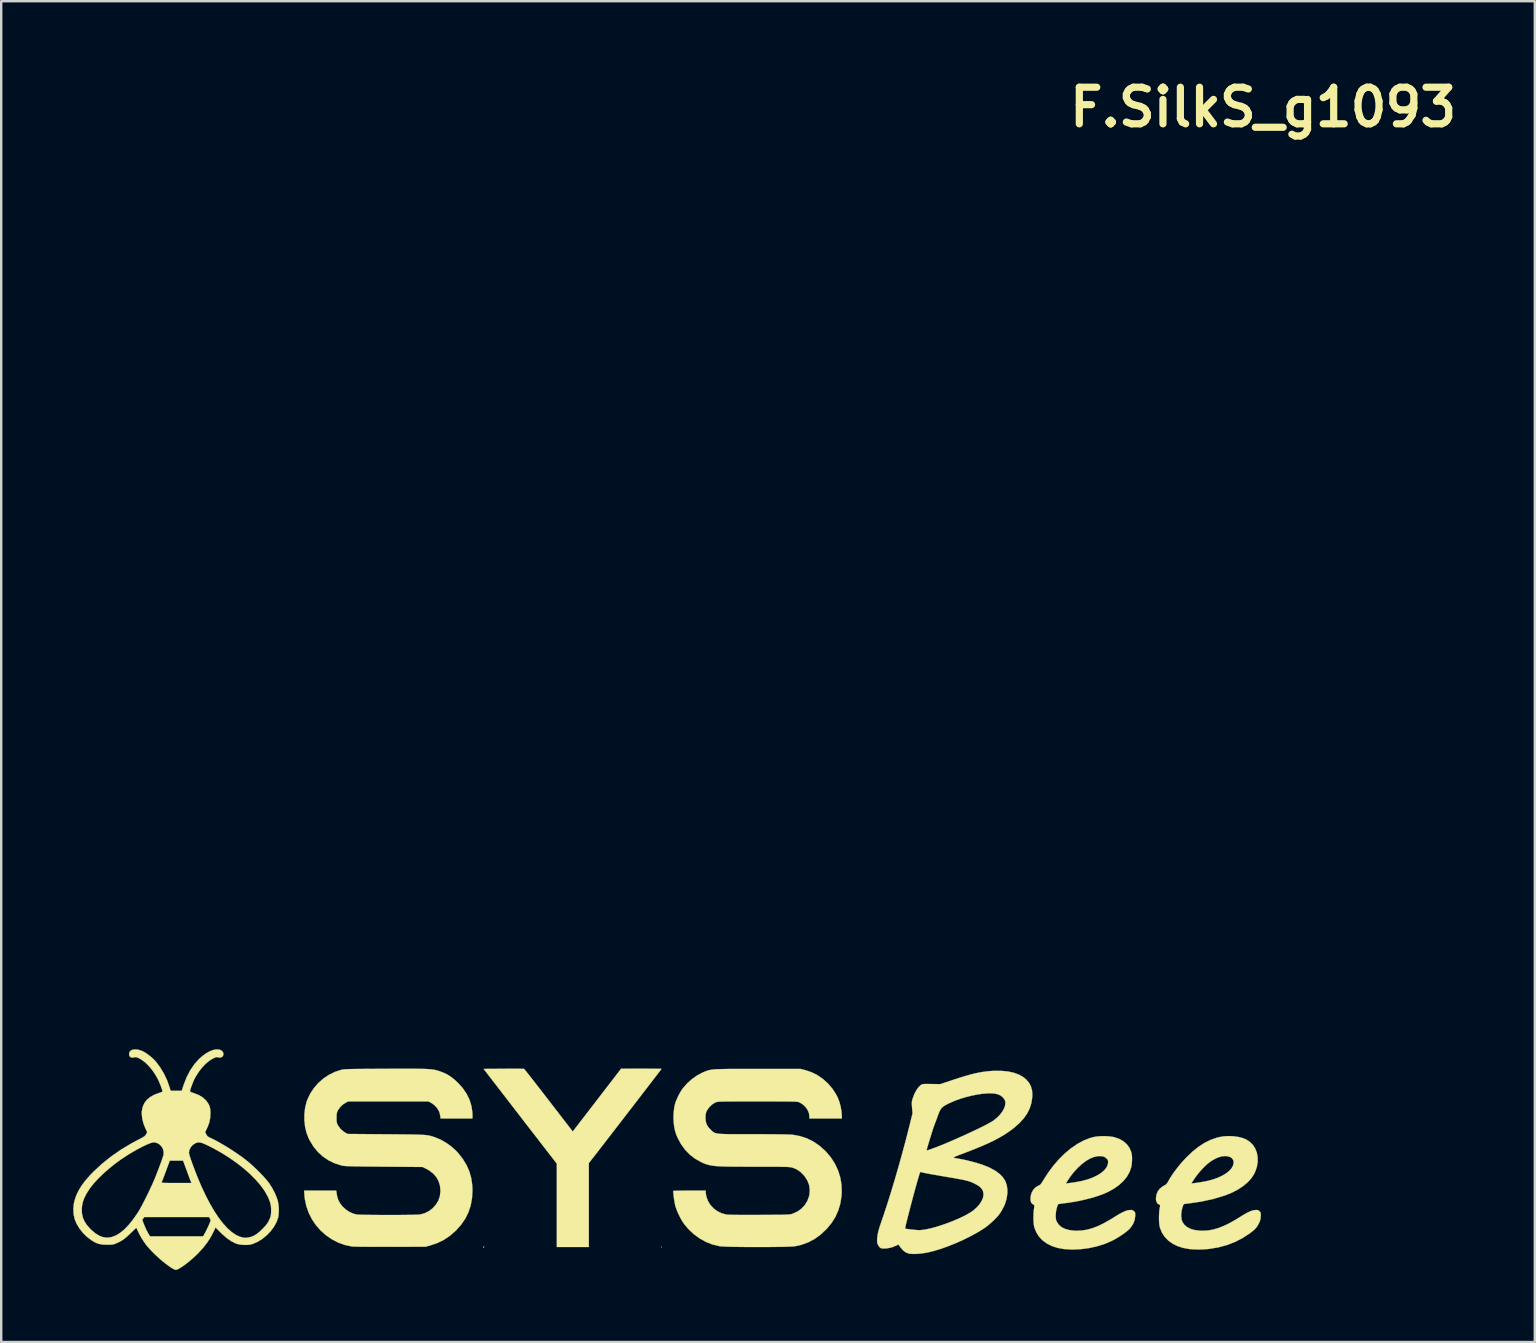
<source format=kicad_pcb>
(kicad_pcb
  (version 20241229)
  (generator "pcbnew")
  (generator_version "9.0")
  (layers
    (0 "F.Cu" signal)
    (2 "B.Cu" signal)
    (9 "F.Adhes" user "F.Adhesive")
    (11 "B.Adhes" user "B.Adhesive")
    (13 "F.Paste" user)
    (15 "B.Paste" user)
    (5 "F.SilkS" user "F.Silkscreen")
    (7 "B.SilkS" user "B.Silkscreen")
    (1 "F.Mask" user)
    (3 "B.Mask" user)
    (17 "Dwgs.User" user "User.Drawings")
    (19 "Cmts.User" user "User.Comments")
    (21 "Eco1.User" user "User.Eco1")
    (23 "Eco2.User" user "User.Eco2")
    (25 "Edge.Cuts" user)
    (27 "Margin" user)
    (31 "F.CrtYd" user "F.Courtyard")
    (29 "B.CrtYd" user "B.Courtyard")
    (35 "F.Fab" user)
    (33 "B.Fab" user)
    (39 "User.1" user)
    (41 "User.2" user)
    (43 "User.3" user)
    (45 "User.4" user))
  (footprint "F.SilkS_g1093"
    (layer "F.Cu")
    (at 49.566 1.418)
    (property "Reference" "F.SilkS_g1093" (at 0 0 0) (layer "F.SilkS") (effects (font (size 1.524 1.524) (thickness 0.3))))
    (attr through_hole)
    (fp_poly (pts (xy -25.068 47.463) (xy -25.066 47.488) (xy -25.068 47.491) (xy -25.081 47.488) (xy -25.082 47.477) (xy -25.075 47.459) (xy -25.068 47.463)) (stroke (width 0.01) (type solid)) (fill yes) (layer "F.SilkS"))
    (fp_poly (pts (xy -32.449 47.472) (xy -32.449 47.477) (xy -32.465 47.497) (xy -32.47 47.498) (xy -32.49 47.482) (xy -32.491 47.477) (xy -32.475 47.456) (xy -32.47 47.456) (xy -32.449 47.472)) (stroke (width 0.01) (type solid)) (fill yes) (layer "F.SilkS"))
    (fp_poly (pts (xy -25.719 40.048) (xy -25.548 40.049) (xy -25.397 40.05) (xy -25.268 40.051) (xy -25.166 40.053) (xy -25.097 40.054) (xy -25.064 40.056) (xy -25.061 40.057) (xy -25.074 40.075) (xy -25.11 40.123) (xy -25.169 40.2) (xy -25.247 40.302) (xy -25.344 40.428) (xy -25.456 40.574) (xy -25.583 40.739) (xy -25.721 40.919) (xy -25.87 41.112) (xy -26.026 41.316) (xy -26.189 41.527) (xy -26.356 41.744) (xy -26.525 41.963) (xy -26.695 42.183) (xy -26.862 42.4) (xy -27.026 42.612) (xy -27.184 42.817) (xy -27.334 43.011) (xy -27.475 43.193) (xy -27.604 43.36) (xy -27.719 43.509) (xy -27.819 43.638) (xy -27.901 43.743) (xy -27.964 43.823) (xy -28.005 43.876) (xy -28.017 43.891) (xy -28.088 43.978) (xy -28.088 47.477) (xy -29.422 47.477) (xy -29.422 44.004) (xy -29.631 43.735) (xy -29.674 43.68) (xy -29.74 43.594) (xy -29.828 43.481) (xy -29.936 43.341) (xy -30.061 43.18) (xy -30.201 42.998) (xy -30.355 42.799) (xy -30.52 42.586) (xy -30.694 42.361) (xy -30.875 42.126) (xy -31.06 41.886) (xy -31.156 41.762) (xy -32.471 40.058) (xy -31.64 40.052) (xy -31.456 40.051) (xy -31.285 40.051) (xy -31.131 40.051) (xy -31.001 40.051) (xy -30.897 40.052) (xy -30.825 40.053) (xy -30.789 40.055) (xy -30.786 40.055) (xy -30.77 40.073) (xy -30.73 40.122) (xy -30.669 40.199) (xy -30.587 40.302) (xy -30.488 40.428) (xy -30.373 40.575) (xy -30.245 40.74) (xy -30.105 40.921) (xy -29.955 41.114) (xy -29.797 41.318) (xy -29.761 41.365) (xy -28.758 42.666) (xy -27.751 41.358) (xy -26.744 40.049) (xy -25.903 40.048) (xy -25.719 40.048)) (stroke (width 0.01) (type solid)) (fill yes) (layer "F.SilkS"))
    (fp_poly (pts (xy -1.227 42.864) (xy -1.024 42.893) (xy -0.84 42.941) (xy -0.706 42.996) (xy -0.551 43.098) (xy -0.424 43.226) (xy -0.328 43.378) (xy -0.262 43.549) (xy -0.228 43.734) (xy -0.227 43.929) (xy -0.259 44.13) (xy -0.327 44.332) (xy -0.376 44.437) (xy -0.49 44.612) (xy -0.643 44.78) (xy -0.83 44.937) (xy -1.048 45.081) (xy -1.293 45.209) (xy -1.563 45.319) (xy -1.583 45.326) (xy -2.068 45.473) (xy -2.575 45.584) (xy -2.995 45.646) (xy -3.103 45.66) (xy -3.195 45.672) (xy -3.265 45.683) (xy -3.302 45.69) (xy -3.307 45.691) (xy -3.32 45.715) (xy -3.341 45.768) (xy -3.365 45.839) (xy -3.366 45.843) (xy -3.4 45.989) (xy -3.413 46.138) (xy -3.405 46.278) (xy -3.377 46.396) (xy -3.366 46.424) (xy -3.285 46.546) (xy -3.17 46.646) (xy -3.022 46.721) (xy -2.841 46.771) (xy -2.63 46.796) (xy -2.517 46.8) (xy -2.303 46.788) (xy -2.087 46.751) (xy -1.866 46.687) (xy -1.633 46.596) (xy -1.385 46.474) (xy -1.118 46.322) (xy -1.001 46.249) (xy -0.838 46.148) (xy -0.703 46.07) (xy -0.59 46.013) (xy -0.495 45.973) (xy -0.412 45.949) (xy -0.34 45.937) (xy -0.268 45.933) (xy -0.22 45.94) (xy -0.18 45.962) (xy -0.158 45.98) (xy -0.125 46.011) (xy -0.107 46.042) (xy -0.099 46.085) (xy -0.098 46.154) (xy -0.099 46.185) (xy -0.105 46.278) (xy -0.121 46.355) (xy -0.152 46.438) (xy -0.176 46.489) (xy -0.229 46.587) (xy -0.285 46.67) (xy -0.355 46.745) (xy -0.446 46.823) (xy -0.537 46.893) (xy -0.848 47.098) (xy -1.171 47.265) (xy -1.509 47.396) (xy -1.867 47.492) (xy -2.249 47.555) (xy -2.29 47.56) (xy -2.466 47.574) (xy -2.66 47.579) (xy -2.853 47.576) (xy -3.028 47.565) (xy -3.072 47.561) (xy -3.332 47.514) (xy -3.567 47.438) (xy -3.775 47.335) (xy -3.954 47.205) (xy -4.102 47.051) (xy -4.217 46.874) (xy -4.297 46.676) (xy -4.307 46.64) (xy -4.323 46.546) (xy -4.334 46.424) (xy -4.338 46.284) (xy -4.336 46.139) (xy -4.328 46.002) (xy -4.314 45.885) (xy -4.31 45.864) (xy -4.296 45.789) (xy -4.292 45.746) (xy -4.299 45.724) (xy -4.318 45.714) (xy -4.333 45.71) (xy -4.388 45.676) (xy -4.433 45.612) (xy -4.46 45.527) (xy -4.466 45.465) (xy -4.447 45.305) (xy -4.391 45.163) (xy -4.3 45.042) (xy -4.179 44.947) (xy -4.136 44.925) (xy -4.056 44.878) (xy -4.009 44.832) (xy -2.989 44.832) (xy -2.907 44.821) (xy -2.852 44.814) (xy -2.768 44.802) (xy -2.668 44.787) (xy -2.6 44.777) (xy -2.344 44.73) (xy -2.106 44.668) (xy -1.891 44.592) (xy -1.701 44.504) (xy -1.539 44.407) (xy -1.408 44.301) (xy -1.31 44.188) (xy -1.249 44.071) (xy -1.228 43.95) (xy -1.228 43.948) (xy -1.246 43.854) (xy -1.297 43.78) (xy -1.377 43.726) (xy -1.479 43.695) (xy -1.599 43.687) (xy -1.732 43.702) (xy -1.873 43.744) (xy -1.951 43.777) (xy -2.042 43.825) (xy -2.135 43.879) (xy -2.21 43.928) (xy -2.212 43.929) (xy -2.353 44.044) (xy -2.501 44.188) (xy -2.649 44.351) (xy -2.787 44.525) (xy -2.908 44.699) (xy -2.941 44.752) (xy -2.989 44.832) (xy -4.009 44.832) (xy -4.004 44.828) (xy -3.976 44.782) (xy -3.868 44.592) (xy -3.732 44.388) (xy -3.574 44.176) (xy -3.4 43.965) (xy -3.216 43.764) (xy -3.197 43.744) (xy -2.947 43.506) (xy -2.7 43.307) (xy -2.452 43.145) (xy -2.2 43.019) (xy -1.941 42.927) (xy -1.841 42.9) (xy -1.647 42.867) (xy -1.438 42.855) (xy -1.227 42.864)) (stroke (width 0.01) (type solid)) (fill yes) (layer "F.SilkS"))
    (fp_poly (pts (xy -6.558 42.859) (xy -6.388 42.871) (xy -6.239 42.893) (xy -6.195 42.903) (xy -5.99 42.974) (xy -5.817 43.073) (xy -5.675 43.198) (xy -5.567 43.35) (xy -5.492 43.526) (xy -5.483 43.557) (xy -5.467 43.654) (xy -5.46 43.778) (xy -5.463 43.913) (xy -5.475 44.045) (xy -5.492 44.143) (xy -5.561 44.347) (xy -5.669 44.54) (xy -5.815 44.722) (xy -5.997 44.891) (xy -6.214 45.045) (xy -6.463 45.183) (xy -6.668 45.273) (xy -6.912 45.36) (xy -7.188 45.442) (xy -7.485 45.516) (xy -7.791 45.58) (xy -8.098 45.63) (xy -8.223 45.646) (xy -8.328 45.659) (xy -8.419 45.671) (xy -8.486 45.681) (xy -8.522 45.687) (xy -8.524 45.688) (xy -8.549 45.715) (xy -8.574 45.776) (xy -8.599 45.859) (xy -8.62 45.956) (xy -8.635 46.057) (xy -8.641 46.152) (xy -8.641 46.154) (xy -8.639 46.255) (xy -8.629 46.331) (xy -8.607 46.397) (xy -8.595 46.424) (xy -8.512 46.548) (xy -8.396 46.648) (xy -8.246 46.723) (xy -8.064 46.773) (xy -7.85 46.797) (xy -7.754 46.799) (xy -7.541 46.788) (xy -7.327 46.753) (xy -7.108 46.692) (xy -6.88 46.604) (xy -6.637 46.487) (xy -6.375 46.339) (xy -6.229 46.249) (xy -6.066 46.148) (xy -5.931 46.07) (xy -5.818 46.013) (xy -5.723 45.973) (xy -5.64 45.949) (xy -5.569 45.937) (xy -5.496 45.933) (xy -5.448 45.94) (xy -5.409 45.962) (xy -5.386 45.98) (xy -5.353 46.011) (xy -5.335 46.041) (xy -5.328 46.084) (xy -5.327 46.151) (xy -5.328 46.187) (xy -5.354 46.36) (xy -5.421 46.526) (xy -5.527 46.68) (xy -5.56 46.716) (xy -5.637 46.789) (xy -5.744 46.873) (xy -5.871 46.964) (xy -6.01 47.055) (xy -6.151 47.139) (xy -6.286 47.212) (xy -6.286 47.212) (xy -6.588 47.343) (xy -6.915 47.447) (xy -7.257 47.523) (xy -7.606 47.568) (xy -7.953 47.582) (xy -8.288 47.562) (xy -8.3 47.561) (xy -8.561 47.514) (xy -8.797 47.438) (xy -9.005 47.334) (xy -9.184 47.204) (xy -9.332 47.049) (xy -9.447 46.87) (xy -9.527 46.67) (xy -9.536 46.637) (xy -9.553 46.54) (xy -9.564 46.413) (xy -9.568 46.269) (xy -9.565 46.12) (xy -9.556 45.978) (xy -9.545 45.89) (xy -9.533 45.804) (xy -9.531 45.753) (xy -9.539 45.728) (xy -9.545 45.724) (xy -9.578 45.705) (xy -9.622 45.671) (xy -9.625 45.668) (xy -9.66 45.628) (xy -9.68 45.575) (xy -9.689 45.504) (xy -9.683 45.358) (xy -9.644 45.219) (xy -9.576 45.095) (xy -9.483 44.995) (xy -9.37 44.925) (xy -9.365 44.923) (xy -9.318 44.901) (xy -9.28 44.874) (xy -9.244 44.832) (xy -9.243 44.831) (xy -8.216 44.831) (xy -8.114 44.818) (xy -8.046 44.809) (xy -7.952 44.796) (xy -7.85 44.781) (xy -7.811 44.776) (xy -7.556 44.727) (xy -7.32 44.664) (xy -7.107 44.587) (xy -6.919 44.498) (xy -6.759 44.399) (xy -6.629 44.292) (xy -6.534 44.179) (xy -6.475 44.06) (xy -6.456 43.943) (xy -6.461 43.879) (xy -6.484 43.831) (xy -6.531 43.781) (xy -6.599 43.73) (xy -6.677 43.7) (xy -6.776 43.689) (xy -6.891 43.693) (xy -7.045 43.725) (xy -7.21 43.792) (xy -7.381 43.893) (xy -7.554 44.023) (xy -7.724 44.18) (xy -7.888 44.359) (xy -8.042 44.557) (xy -8.169 44.751) (xy -8.216 44.831) (xy -9.243 44.831) (xy -9.201 44.769) (xy -9.155 44.693) (xy -8.951 44.375) (xy -8.731 44.08) (xy -8.496 43.811) (xy -8.251 43.57) (xy -7.998 43.36) (xy -7.739 43.183) (xy -7.478 43.042) (xy -7.217 42.938) (xy -7.047 42.893) (xy -6.903 42.87) (xy -6.735 42.859) (xy -6.558 42.859)) (stroke (width 0.01) (type solid)) (fill yes) (layer "F.SilkS"))
    (fp_poly (pts (xy -35.469 40.05) (xy -35.275 40.051) (xy -35.109 40.054) (xy -34.966 40.057) (xy -34.845 40.062) (xy -34.742 40.068) (xy -34.654 40.076) (xy -34.579 40.086) (xy -34.512 40.097) (xy -34.451 40.111) (xy -34.393 40.126) (xy -34.336 40.144) (xy -34.302 40.155) (xy -34.129 40.22) (xy -33.976 40.295) (xy -33.833 40.386) (xy -33.689 40.5) (xy -33.533 40.644) (xy -33.531 40.646) (xy -33.337 40.863) (xy -33.179 41.095) (xy -33.06 41.339) (xy -32.98 41.594) (xy -32.94 41.855) (xy -32.935 41.977) (xy -32.935 42.122) (xy -34.263 42.122) (xy -34.275 42.016) (xy -34.315 41.856) (xy -34.392 41.709) (xy -34.502 41.582) (xy -34.64 41.481) (xy -34.66 41.469) (xy -34.766 41.413) (xy -38.111 41.413) (xy -38.212 41.463) (xy -38.33 41.539) (xy -38.439 41.642) (xy -38.525 41.758) (xy -38.548 41.798) (xy -38.572 41.856) (xy -38.588 41.915) (xy -38.595 41.987) (xy -38.597 42.087) (xy -38.597 42.1) (xy -38.596 42.199) (xy -38.591 42.268) (xy -38.579 42.322) (xy -38.557 42.373) (xy -38.535 42.414) (xy -38.433 42.556) (xy -38.299 42.672) (xy -38.223 42.719) (xy -38.132 42.767) (xy -36.523 42.78) (xy -36.217 42.782) (xy -35.95 42.785) (xy -35.718 42.787) (xy -35.519 42.789) (xy -35.35 42.792) (xy -35.206 42.796) (xy -35.085 42.8) (xy -34.984 42.806) (xy -34.899 42.812) (xy -34.827 42.82) (xy -34.765 42.83) (xy -34.709 42.841) (xy -34.657 42.855) (xy -34.604 42.871) (xy -34.548 42.889) (xy -34.497 42.906) (xy -34.275 42.998) (xy -34.051 43.123) (xy -33.837 43.273) (xy -33.643 43.442) (xy -33.53 43.562) (xy -33.335 43.812) (xy -33.181 44.065) (xy -33.066 44.326) (xy -32.988 44.599) (xy -32.945 44.889) (xy -32.935 45.127) (xy -32.954 45.447) (xy -33.009 45.746) (xy -33.102 46.028) (xy -33.234 46.293) (xy -33.404 46.543) (xy -33.615 46.781) (xy -33.634 46.8) (xy -33.874 47.009) (xy -34.131 47.181) (xy -34.407 47.315) (xy -34.682 47.407) (xy -34.893 47.465) (xy -36.364 47.469) (xy -36.614 47.469) (xy -36.854 47.469) (xy -37.08 47.468) (xy -37.289 47.467) (xy -37.477 47.466) (xy -37.64 47.464) (xy -37.775 47.461) (xy -37.876 47.459) (xy -37.942 47.456) (xy -37.962 47.454) (xy -38.257 47.39) (xy -38.537 47.288) (xy -38.8 47.151) (xy -39.042 46.983) (xy -39.262 46.787) (xy -39.456 46.565) (xy -39.621 46.321) (xy -39.755 46.058) (xy -39.854 45.778) (xy -39.917 45.486) (xy -39.934 45.327) (xy -39.948 45.127) (xy -38.61 45.127) (xy -38.599 45.196) (xy -38.589 45.265) (xy -38.577 45.342) (xy -38.576 45.35) (xy -38.53 45.508) (xy -38.449 45.66) (xy -38.337 45.8) (xy -38.201 45.922) (xy -38.047 46.022) (xy -37.881 46.092) (xy -37.761 46.121) (xy -37.709 46.126) (xy -37.619 46.13) (xy -37.497 46.134) (xy -37.347 46.137) (xy -37.175 46.139) (xy -36.985 46.141) (xy -36.782 46.142) (xy -36.57 46.143) (xy -36.356 46.143) (xy -36.144 46.143) (xy -35.939 46.142) (xy -35.745 46.14) (xy -35.568 46.138) (xy -35.412 46.135) (xy -35.283 46.131) (xy -35.185 46.127) (xy -35.124 46.122) (xy -35.115 46.121) (xy -34.925 46.07) (xy -34.747 45.98) (xy -34.604 45.871) (xy -34.462 45.717) (xy -34.359 45.55) (xy -34.295 45.368) (xy -34.27 45.17) (xy -34.269 45.128) (xy -34.289 44.923) (xy -34.347 44.734) (xy -34.442 44.564) (xy -34.573 44.414) (xy -34.738 44.287) (xy -34.873 44.213) (xy -35.02 44.143) (xy -36.629 44.13) (xy -36.935 44.128) (xy -37.201 44.125) (xy -37.431 44.123) (xy -37.628 44.12) (xy -37.794 44.118) (xy -37.933 44.115) (xy -38.048 44.112) (xy -38.141 44.108) (xy -38.215 44.104) (xy -38.274 44.099) (xy -38.321 44.094) (xy -38.358 44.088) (xy -38.381 44.083) (xy -38.665 43.994) (xy -38.925 43.869) (xy -39.162 43.71) (xy -39.373 43.518) (xy -39.558 43.293) (xy -39.715 43.036) (xy -39.762 42.942) (xy -39.85 42.712) (xy -39.909 42.46) (xy -39.937 42.196) (xy -39.936 41.928) (xy -39.904 41.666) (xy -39.842 41.42) (xy -39.815 41.343) (xy -39.695 41.09) (xy -39.54 40.855) (xy -39.355 40.643) (xy -39.143 40.457) (xy -38.91 40.302) (xy -38.658 40.18) (xy -38.439 40.107) (xy -38.405 40.099) (xy -38.373 40.091) (xy -38.338 40.085) (xy -38.298 40.079) (xy -38.25 40.074) (xy -38.19 40.07) (xy -38.117 40.067) (xy -38.026 40.064) (xy -37.914 40.062) (xy -37.78 40.06) (xy -37.618 40.058) (xy -37.428 40.057) (xy -37.204 40.055) (xy -36.946 40.054) (xy -36.648 40.053) (xy -36.576 40.052) (xy -36.243 40.051) (xy -35.95 40.05) (xy -35.693 40.05) (xy -35.469 40.05)) (stroke (width 0.01) (type solid)) (fill yes) (layer "F.SilkS"))
    (fp_poly (pts (xy -21.061 40.058) (xy -19.272 40.058) (xy -19.074 40.108) (xy -18.813 40.195) (xy -18.564 40.32) (xy -18.333 40.479) (xy -18.123 40.669) (xy -17.939 40.885) (xy -17.784 41.125) (xy -17.727 41.237) (xy -17.655 41.42) (xy -17.599 41.624) (xy -17.562 41.834) (xy -17.548 42.031) (xy -17.548 42.032) (xy -17.547 42.122) (xy -18.902 42.122) (xy -18.902 42.019) (xy -18.922 41.892) (xy -18.977 41.765) (xy -19.062 41.645) (xy -19.17 41.541) (xy -19.297 41.461) (xy -19.304 41.458) (xy -19.322 41.449) (xy -19.341 41.442) (xy -19.363 41.436) (xy -19.392 41.431) (xy -19.431 41.426) (xy -19.482 41.423) (xy -19.549 41.42) (xy -19.633 41.418) (xy -19.739 41.416) (xy -19.869 41.414) (xy -20.026 41.414) (xy -20.213 41.413) (xy -20.433 41.413) (xy -20.689 41.413) (xy -20.984 41.413) (xy -21.061 41.413) (xy -21.365 41.413) (xy -21.63 41.413) (xy -21.858 41.413) (xy -22.053 41.413) (xy -22.217 41.414) (xy -22.353 41.415) (xy -22.465 41.417) (xy -22.554 41.419) (xy -22.625 41.422) (xy -22.68 41.425) (xy -22.721 41.43) (xy -22.753 41.435) (xy -22.777 41.441) (xy -22.797 41.448) (xy -22.815 41.456) (xy -22.821 41.458) (xy -22.948 41.536) (xy -23.063 41.643) (xy -23.153 41.766) (xy -23.171 41.799) (xy -23.202 41.871) (xy -23.219 41.937) (xy -23.227 42.016) (xy -23.228 42.088) (xy -23.217 42.24) (xy -23.181 42.366) (xy -23.115 42.479) (xy -23.013 42.59) (xy -23.007 42.596) (xy -22.971 42.63) (xy -22.938 42.659) (xy -22.907 42.685) (xy -22.873 42.706) (xy -22.835 42.724) (xy -22.787 42.739) (xy -22.728 42.75) (xy -22.654 42.76) (xy -22.562 42.766) (xy -22.449 42.771) (xy -22.312 42.775) (xy -22.147 42.777) (xy -21.952 42.778) (xy -21.723 42.778) (xy -21.458 42.778) (xy -21.232 42.778) (xy -20.906 42.778) (xy -20.612 42.779) (xy -20.351 42.781) (xy -20.125 42.784) (xy -19.935 42.787) (xy -19.783 42.791) (xy -19.67 42.795) (xy -19.598 42.8) (xy -19.59 42.801) (xy -19.285 42.859) (xy -18.998 42.954) (xy -18.728 43.088) (xy -18.476 43.261) (xy -18.24 43.472) (xy -18.203 43.51) (xy -17.998 43.755) (xy -17.831 44.018) (xy -17.702 44.297) (xy -17.612 44.59) (xy -17.562 44.893) (xy -17.553 45.205) (xy -17.565 45.369) (xy -17.614 45.675) (xy -17.699 45.959) (xy -17.819 46.225) (xy -17.977 46.476) (xy -18.176 46.716) (xy -18.201 46.743) (xy -18.436 46.962) (xy -18.686 47.142) (xy -18.952 47.283) (xy -19.236 47.386) (xy -19.505 47.446) (xy -19.57 47.452) (xy -19.672 47.458) (xy -19.808 47.464) (xy -19.971 47.468) (xy -20.158 47.471) (xy -20.365 47.474) (xy -20.585 47.476) (xy -20.816 47.477) (xy -21.051 47.477) (xy -21.287 47.477) (xy -21.519 47.476) (xy -21.742 47.474) (xy -21.951 47.471) (xy -22.143 47.467) (xy -22.311 47.463) (xy -22.452 47.457) (xy -22.561 47.451) (xy -22.634 47.445) (xy -22.644 47.443) (xy -22.934 47.373) (xy -23.212 47.264) (xy -23.477 47.117) (xy -23.723 46.936) (xy -23.949 46.721) (xy -24.112 46.527) (xy -24.194 46.406) (xy -24.278 46.258) (xy -24.357 46.098) (xy -24.426 45.938) (xy -24.477 45.792) (xy -24.489 45.746) (xy -24.51 45.649) (xy -24.531 45.525) (xy -24.55 45.392) (xy -24.565 45.264) (xy -24.573 45.159) (xy -24.574 45.143) (xy -24.554 45.139) (xy -24.496 45.136) (xy -24.406 45.133) (xy -24.289 45.13) (xy -24.15 45.128) (xy -23.993 45.127) (xy -23.897 45.127) (xy -23.22 45.127) (xy -23.22 45.197) (xy -23.214 45.256) (xy -23.2 45.335) (xy -23.187 45.393) (xy -23.12 45.57) (xy -23.017 45.732) (xy -22.884 45.873) (xy -22.728 45.988) (xy -22.553 46.073) (xy -22.365 46.122) (xy -22.361 46.123) (xy -22.301 46.128) (xy -22.2 46.133) (xy -22.059 46.136) (xy -21.879 46.139) (xy -21.661 46.14) (xy -21.407 46.14) (xy -21.117 46.14) (xy -20.964 46.139) (xy -20.703 46.138) (xy -20.481 46.136) (xy -20.294 46.135) (xy -20.139 46.134) (xy -20.012 46.132) (xy -19.91 46.129) (xy -19.829 46.126) (xy -19.765 46.122) (xy -19.716 46.117) (xy -19.677 46.112) (xy -19.645 46.105) (xy -19.617 46.096) (xy -19.589 46.086) (xy -19.583 46.084) (xy -19.39 45.994) (xy -19.224 45.873) (xy -19.087 45.725) (xy -18.983 45.553) (xy -18.914 45.361) (xy -18.898 45.281) (xy -18.885 45.083) (xy -18.913 44.892) (xy -18.983 44.71) (xy -19.093 44.538) (xy -19.162 44.458) (xy -19.278 44.345) (xy -19.393 44.263) (xy -19.519 44.202) (xy -19.603 44.172) (xy -19.63 44.165) (xy -19.66 44.158) (xy -19.695 44.152) (xy -19.74 44.147) (xy -19.796 44.143) (xy -19.868 44.14) (xy -19.959 44.138) (xy -20.072 44.136) (xy -20.21 44.134) (xy -20.376 44.133) (xy -20.574 44.133) (xy -20.807 44.132) (xy -21.077 44.132) (xy -21.163 44.132) (xy -21.487 44.132) (xy -21.771 44.131) (xy -22.019 44.13) (xy -22.235 44.127) (xy -22.421 44.123) (xy -22.582 44.118) (xy -22.719 44.11) (xy -22.838 44.101) (xy -22.939 44.088) (xy -23.028 44.073) (xy -23.107 44.055) (xy -23.18 44.034) (xy -23.249 44.009) (xy -23.319 43.981) (xy -23.391 43.948) (xy -23.407 43.941) (xy -23.658 43.801) (xy -23.883 43.627) (xy -24.082 43.421) (xy -24.253 43.183) (xy -24.385 42.938) (xy -24.45 42.787) (xy -24.496 42.639) (xy -24.529 42.482) (xy -24.553 42.298) (xy -24.554 42.284) (xy -24.563 42.08) (xy -24.554 41.867) (xy -24.529 41.663) (xy -24.498 41.518) (xy -24.454 41.388) (xy -24.39 41.24) (xy -24.314 41.09) (xy -24.233 40.953) (xy -24.177 40.872) (xy -24.003 40.671) (xy -23.804 40.491) (xy -23.588 40.336) (xy -23.364 40.216) (xy -23.297 40.187) (xy -23.242 40.165) (xy -23.192 40.145) (xy -23.144 40.128) (xy -23.095 40.114) (xy -23.043 40.102) (xy -22.983 40.091) (xy -22.914 40.082) (xy -22.832 40.075) (xy -22.735 40.07) (xy -22.618 40.066) (xy -22.48 40.063) (xy -22.318 40.06) (xy -22.127 40.059) (xy -21.906 40.058) (xy -21.651 40.058) (xy -21.36 40.058) (xy -21.061 40.058)) (stroke (width 0.01) (type solid)) (fill yes) (layer "F.SilkS"))
    (fp_poly (pts (xy -10.634 40.164) (xy -10.386 40.217) (xy -10.169 40.297) (xy -9.985 40.404) (xy -9.874 40.494) (xy -9.755 40.631) (xy -9.673 40.784) (xy -9.625 40.957) (xy -9.613 41.152) (xy -9.617 41.234) (xy -9.652 41.472) (xy -9.722 41.698) (xy -9.828 41.912) (xy -9.971 42.117) (xy -10.153 42.316) (xy -10.375 42.512) (xy -10.46 42.578) (xy -10.627 42.697) (xy -10.801 42.811) (xy -10.989 42.921) (xy -11.193 43.03) (xy -11.419 43.14) (xy -11.67 43.252) (xy -11.951 43.369) (xy -12.266 43.493) (xy -12.477 43.574) (xy -12.63 43.631) (xy -12.746 43.677) (xy -12.827 43.711) (xy -12.876 43.735) (xy -12.897 43.751) (xy -12.892 43.759) (xy -12.89 43.76) (xy -12.846 43.769) (xy -12.773 43.782) (xy -12.684 43.798) (xy -12.647 43.805) (xy -12.387 43.857) (xy -12.129 43.919) (xy -11.883 43.989) (xy -11.657 44.064) (xy -11.459 44.142) (xy -11.356 44.19) (xy -11.144 44.309) (xy -10.972 44.436) (xy -10.839 44.574) (xy -10.742 44.724) (xy -10.681 44.891) (xy -10.653 45.075) (xy -10.653 45.242) (xy -10.69 45.484) (xy -10.768 45.724) (xy -10.889 45.96) (xy -10.975 46.091) (xy -11.06 46.197) (xy -11.17 46.315) (xy -11.297 46.437) (xy -11.431 46.553) (xy -11.563 46.656) (xy -11.632 46.704) (xy -11.897 46.868) (xy -12.19 47.028) (xy -12.5 47.182) (xy -12.82 47.324) (xy -13.141 47.452) (xy -13.453 47.563) (xy -13.75 47.651) (xy -13.951 47.699) (xy -14.12 47.73) (xy -14.291 47.752) (xy -14.452 47.764) (xy -14.597 47.766) (xy -14.716 47.757) (xy -14.778 47.745) (xy -14.896 47.695) (xy -15.002 47.613) (xy -15.103 47.495) (xy -15.104 47.493) (xy -15.146 47.435) (xy -15.176 47.393) (xy -15.188 47.376) (xy -15.207 47.381) (xy -15.252 47.402) (xy -15.295 47.423) (xy -15.464 47.49) (xy -15.648 47.53) (xy -15.786 47.54) (xy -15.863 47.538) (xy -15.914 47.528) (xy -15.952 47.507) (xy -15.981 47.48) (xy -16.026 47.42) (xy -16.062 47.346) (xy -16.068 47.33) (xy -16.082 47.233) (xy -16.078 47.105) (xy -16.057 46.955) (xy -16.019 46.789) (xy -15.994 46.703) (xy -14.914 46.703) (xy -14.913 46.71) (xy -14.89 46.716) (xy -14.834 46.724) (xy -14.754 46.734) (xy -14.661 46.746) (xy -14.563 46.756) (xy -14.47 46.766) (xy -14.391 46.772) (xy -14.338 46.776) (xy -14.276 46.773) (xy -14.189 46.764) (xy -14.092 46.751) (xy -14.063 46.746) (xy -13.869 46.705) (xy -13.656 46.649) (xy -13.43 46.579) (xy -13.198 46.499) (xy -12.967 46.411) (xy -12.744 46.318) (xy -12.536 46.223) (xy -12.349 46.128) (xy -12.192 46.036) (xy -12.084 45.962) (xy -11.931 45.829) (xy -11.81 45.692) (xy -11.721 45.553) (xy -11.666 45.416) (xy -11.647 45.284) (xy -11.666 45.162) (xy -11.684 45.116) (xy -11.736 45.036) (xy -11.811 44.962) (xy -11.916 44.891) (xy -12.054 44.818) (xy -12.118 44.789) (xy -12.183 44.763) (xy -12.254 44.739) (xy -12.336 44.716) (xy -12.434 44.692) (xy -12.553 44.667) (xy -12.696 44.64) (xy -12.868 44.608) (xy -13.075 44.573) (xy -13.231 44.547) (xy -13.408 44.517) (xy -13.58 44.487) (xy -13.739 44.459) (xy -13.881 44.434) (xy -13.997 44.412) (xy -14.081 44.396) (xy -14.113 44.389) (xy -14.288 44.351) (xy -14.35 44.554) (xy -14.382 44.662) (xy -14.42 44.794) (xy -14.463 44.947) (xy -14.509 45.115) (xy -14.558 45.295) (xy -14.608 45.48) (xy -14.658 45.668) (xy -14.706 45.854) (xy -14.752 46.032) (xy -14.795 46.199) (xy -14.833 46.35) (xy -14.865 46.48) (xy -14.89 46.586) (xy -14.906 46.661) (xy -14.914 46.703) (xy -15.994 46.703) (xy -15.967 46.615) (xy -15.958 46.588) (xy -15.806 46.144) (xy -15.65 45.667) (xy -15.492 45.162) (xy -15.334 44.637) (xy -15.179 44.1) (xy -15.028 43.558) (xy -14.994 43.431) (xy -14.012 43.431) (xy -14.012 43.443) (xy -14.007 43.45) (xy -13.991 43.45) (xy -13.957 43.441) (xy -13.901 43.422) (xy -13.816 43.392) (xy -13.729 43.36) (xy -13.568 43.3) (xy -13.384 43.227) (xy -13.184 43.144) (xy -12.971 43.053) (xy -12.751 42.957) (xy -12.528 42.857) (xy -12.308 42.757) (xy -12.094 42.657) (xy -11.893 42.561) (xy -11.709 42.471) (xy -11.546 42.389) (xy -11.41 42.316) (xy -11.306 42.256) (xy -11.262 42.228) (xy -11.106 42.109) (xy -10.974 41.978) (xy -10.867 41.842) (xy -10.79 41.705) (xy -10.746 41.571) (xy -10.736 41.447) (xy -10.741 41.411) (xy -10.777 41.323) (xy -10.846 41.239) (xy -10.939 41.166) (xy -11.024 41.124) (xy -11.15 41.09) (xy -11.308 41.075) (xy -11.493 41.077) (xy -11.698 41.094) (xy -11.918 41.127) (xy -12.148 41.173) (xy -12.382 41.231) (xy -12.614 41.302) (xy -12.838 41.383) (xy -13.049 41.474) (xy -13.146 41.521) (xy -13.253 41.579) (xy -13.335 41.633) (xy -13.397 41.692) (xy -13.447 41.763) (xy -13.493 41.857) (xy -13.541 41.981) (xy -13.554 42.016) (xy -13.593 42.126) (xy -13.632 42.232) (xy -13.666 42.322) (xy -13.691 42.385) (xy -13.692 42.386) (xy -13.709 42.434) (xy -13.736 42.511) (xy -13.768 42.612) (xy -13.806 42.729) (xy -13.845 42.855) (xy -13.885 42.984) (xy -13.922 43.108) (xy -13.956 43.222) (xy -13.984 43.317) (xy -14.003 43.388) (xy -14.012 43.427) (xy -14.012 43.431) (xy -14.994 43.431) (xy -14.883 43.019) (xy -14.748 42.489) (xy -14.721 42.382) (xy -14.604 41.907) (xy -14.624 41.672) (xy -14.632 41.564) (xy -14.635 41.485) (xy -14.631 41.423) (xy -14.62 41.364) (xy -14.601 41.298) (xy -14.535 41.12) (xy -14.456 40.964) (xy -14.367 40.834) (xy -14.273 40.74) (xy -14.264 40.733) (xy -14.237 40.715) (xy -14.211 40.701) (xy -14.178 40.693) (xy -14.131 40.687) (xy -14.063 40.685) (xy -13.967 40.685) (xy -13.837 40.687) (xy -13.823 40.687) (xy -13.451 40.692) (xy -12.933 40.52) (xy -12.653 40.429) (xy -12.407 40.353) (xy -12.187 40.291) (xy -11.987 40.241) (xy -11.801 40.203) (xy -11.623 40.175) (xy -11.447 40.154) (xy -11.266 40.141) (xy -11.217 40.139) (xy -10.911 40.138) (xy -10.634 40.164)) (stroke (width 0.01) (type solid)) (fill yes) (layer "F.SilkS"))
    (fp_poly (pts (xy -46.855 39.258) (xy -46.727 39.297) (xy -46.661 39.327) (xy -46.54 39.396) (xy -46.409 39.49) (xy -46.28 39.595) (xy -46.168 39.703) (xy -46.129 39.747) (xy -45.951 39.983) (xy -45.791 40.248) (xy -45.658 40.527) (xy -45.571 40.767) (xy -45.508 40.968) (xy -45.046 40.968) (xy -44.968 40.729) (xy -44.843 40.406) (xy -44.692 40.116) (xy -44.515 39.858) (xy -44.312 39.633) (xy -44.175 39.513) (xy -44.019 39.401) (xy -43.866 39.318) (xy -43.721 39.265) (xy -43.588 39.244) (xy -43.471 39.256) (xy -43.413 39.279) (xy -43.347 39.331) (xy -43.313 39.394) (xy -43.309 39.459) (xy -43.331 39.519) (xy -43.377 39.565) (xy -43.442 39.587) (xy -43.523 39.578) (xy -43.568 39.567) (xy -43.61 39.569) (xy -43.662 39.586) (xy -43.734 39.619) (xy -43.889 39.711) (xy -44.045 39.84) (xy -44.197 39.999) (xy -44.339 40.182) (xy -44.466 40.383) (xy -44.519 40.481) (xy -44.548 40.545) (xy -44.583 40.629) (xy -44.619 40.723) (xy -44.653 40.816) (xy -44.681 40.898) (xy -44.699 40.96) (xy -44.704 40.988) (xy -44.685 41.008) (xy -44.632 41.034) (xy -44.554 41.063) (xy -44.528 41.071) (xy -44.332 41.149) (xy -44.165 41.25) (xy -44.031 41.373) (xy -43.932 41.515) (xy -43.896 41.591) (xy -43.871 41.668) (xy -43.857 41.751) (xy -43.851 41.854) (xy -43.85 41.91) (xy -43.862 42.113) (xy -43.901 42.299) (xy -43.971 42.485) (xy -43.996 42.538) (xy -44.07 42.69) (xy -44.025 42.782) (xy -43.994 42.835) (xy -43.956 42.874) (xy -43.899 42.909) (xy -43.841 42.936) (xy -43.663 43.023) (xy -43.46 43.133) (xy -43.243 43.26) (xy -43.018 43.4) (xy -42.793 43.548) (xy -42.578 43.697) (xy -42.381 43.844) (xy -42.376 43.848) (xy -42.242 43.957) (xy -42.097 44.085) (xy -41.948 44.225) (xy -41.801 44.371) (xy -41.663 44.515) (xy -41.541 44.65) (xy -41.443 44.77) (xy -41.405 44.82) (xy -41.282 45.012) (xy -41.176 45.21) (xy -41.093 45.403) (xy -41.043 45.559) (xy -41.016 45.704) (xy -41.002 45.866) (xy -41.002 46.029) (xy -41.016 46.177) (xy -41.031 46.255) (xy -41.101 46.448) (xy -41.207 46.638) (xy -41.343 46.819) (xy -41.504 46.987) (xy -41.682 47.133) (xy -41.872 47.254) (xy -42.069 47.341) (xy -42.131 47.361) (xy -42.253 47.384) (xy -42.397 47.391) (xy -42.546 47.384) (xy -42.685 47.363) (xy -42.799 47.328) (xy -42.989 47.231) (xy -43.178 47.099) (xy -43.37 46.93) (xy -43.424 46.876) (xy -43.636 46.662) (xy -43.756 46.908) (xy -43.865 47.109) (xy -43.991 47.301) (xy -44.14 47.493) (xy -44.321 47.693) (xy -44.332 47.705) (xy -44.449 47.822) (xy -44.575 47.938) (xy -44.706 48.051) (xy -44.836 48.156) (xy -44.96 48.249) (xy -45.074 48.326) (xy -45.172 48.385) (xy -45.248 48.42) (xy -45.291 48.429) (xy -45.346 48.415) (xy -45.429 48.372) (xy -45.538 48.303) (xy -45.538 48.302) (xy -45.735 48.158) (xy -45.938 47.99) (xy -46.138 47.809) (xy -46.323 47.623) (xy -46.483 47.444) (xy -46.517 47.403) (xy -46.61 47.275) (xy -46.707 47.125) (xy -46.796 46.968) (xy -46.864 46.831) (xy -46.897 46.76) (xy -46.922 46.706) (xy -46.936 46.678) (xy -46.937 46.677) (xy -46.953 46.689) (xy -46.994 46.726) (xy -47.054 46.783) (xy -47.128 46.855) (xy -47.174 46.899) (xy -47.306 47.025) (xy -47.423 47.123) (xy -47.535 47.202) (xy -47.652 47.268) (xy -47.778 47.325) (xy -47.842 47.351) (xy -47.901 47.367) (xy -47.965 47.376) (xy -48.049 47.38) (xy -48.154 47.381) (xy -48.316 47.376) (xy -48.449 47.358) (xy -48.568 47.324) (xy -48.686 47.269) (xy -48.803 47.198) (xy -48.992 47.055) (xy -49.162 46.887) (xy -49.309 46.701) (xy -49.426 46.506) (xy -49.501 46.326) (xy -49.546 46.131) (xy -49.561 45.919) (xy -49.557 45.871) (xy -49.208 45.871) (xy -49.204 46.061) (xy -49.17 46.235) (xy -49.103 46.397) (xy -49.002 46.555) (xy -48.862 46.714) (xy -48.805 46.77) (xy -48.638 46.911) (xy -48.475 47.01) (xy -48.315 47.069) (xy -48.153 47.088) (xy -47.989 47.068) (xy -47.818 47.008) (xy -47.78 46.99) (xy -47.611 46.887) (xy -47.437 46.744) (xy -47.26 46.561) (xy -47.083 46.343) (xy -46.689 46.343) (xy -46.636 46.492) (xy -46.518 46.769) (xy -46.422 46.942) (xy -46.366 47.032) (xy -45.261 47.032) (xy -44.156 47.032) (xy -44.076 46.89) (xy -44.03 46.803) (xy -43.978 46.696) (xy -43.928 46.588) (xy -43.914 46.557) (xy -43.877 46.469) (xy -43.855 46.411) (xy -43.846 46.371) (xy -43.849 46.341) (xy -43.861 46.312) (xy -43.869 46.297) (xy -43.906 46.228) (xy -46.605 46.228) (xy -46.689 46.343) (xy -47.083 46.343) (xy -47.081 46.34) (xy -46.902 46.083) (xy -46.852 46.006) (xy -46.787 45.897) (xy -46.71 45.756) (xy -46.624 45.592) (xy -46.533 45.412) (xy -46.44 45.224) (xy -46.351 45.035) (xy -46.267 44.853) (xy -46.237 44.783) (xy -45.881 44.783) (xy -45.875 44.792) (xy -45.856 44.798) (xy -45.82 44.803) (xy -45.763 44.806) (xy -45.68 44.808) (xy -45.567 44.809) (xy -45.42 44.81) (xy -45.268 44.81) (xy -44.641 44.81) (xy -44.682 44.709) (xy -44.702 44.656) (xy -44.734 44.573) (xy -44.774 44.466) (xy -44.818 44.346) (xy -44.856 44.244) (xy -44.99 43.879) (xy -45.269 43.879) (xy -45.547 43.879) (xy -45.573 43.958) (xy -45.587 43.998) (xy -45.614 44.07) (xy -45.649 44.165) (xy -45.69 44.275) (xy -45.733 44.391) (xy -45.776 44.506) (xy -45.816 44.612) (xy -45.85 44.699) (xy -45.874 44.76) (xy -45.879 44.773) (xy -45.881 44.783) (xy -46.237 44.783) (xy -46.194 44.687) (xy -46.146 44.57) (xy -46.072 44.382) (xy -46.003 44.202) (xy -45.941 44.037) (xy -45.888 43.891) (xy -45.846 43.77) (xy -45.817 43.679) (xy -45.805 43.636) (xy -45.799 43.544) (xy -44.746 43.544) (xy -44.738 43.593) (xy -44.716 43.676) (xy -44.68 43.788) (xy -44.634 43.923) (xy -44.578 44.076) (xy -44.516 44.241) (xy -44.449 44.415) (xy -44.378 44.591) (xy -44.306 44.765) (xy -44.235 44.931) (xy -44.213 44.979) (xy -44.04 45.349) (xy -43.863 45.687) (xy -43.685 45.991) (xy -43.505 46.26) (xy -43.326 46.493) (xy -43.147 46.69) (xy -42.969 46.849) (xy -42.794 46.969) (xy -42.621 47.05) (xy -42.453 47.09) (xy -42.396 47.094) (xy -42.333 47.089) (xy -42.251 47.076) (xy -42.198 47.064) (xy -42.093 47.03) (xy -41.996 46.983) (xy -41.899 46.918) (xy -41.792 46.829) (xy -41.686 46.727) (xy -41.59 46.628) (xy -41.52 46.545) (xy -41.465 46.467) (xy -41.418 46.381) (xy -41.411 46.368) (xy -41.371 46.281) (xy -41.345 46.21) (xy -41.331 46.139) (xy -41.323 46.05) (xy -41.321 46.008) (xy -41.322 45.854) (xy -41.34 45.712) (xy -41.379 45.571) (xy -41.442 45.417) (xy -41.474 45.35) (xy -41.601 45.128) (xy -41.766 44.901) (xy -41.966 44.67) (xy -42.197 44.439) (xy -42.455 44.21) (xy -42.738 43.987) (xy -43.043 43.772) (xy -43.365 43.568) (xy -43.701 43.379) (xy -43.91 43.272) (xy -44.048 43.206) (xy -44.157 43.159) (xy -44.243 43.13) (xy -44.314 43.118) (xy -44.376 43.121) (xy -44.437 43.137) (xy -44.482 43.156) (xy -44.581 43.221) (xy -44.664 43.312) (xy -44.721 43.419) (xy -44.746 43.529) (xy -44.746 43.544) (xy -45.799 43.544) (xy -45.797 43.514) (xy -45.826 43.397) (xy -45.885 43.292) (xy -45.969 43.205) (xy -46.072 43.145) (xy -46.189 43.118) (xy -46.211 43.117) (xy -46.283 43.128) (xy -46.387 43.162) (xy -46.516 43.216) (xy -46.669 43.289) (xy -46.84 43.378) (xy -47.025 43.481) (xy -47.222 43.597) (xy -47.314 43.654) (xy -47.563 43.818) (xy -47.811 43.998) (xy -48.051 44.19) (xy -48.278 44.388) (xy -48.486 44.587) (xy -48.671 44.783) (xy -48.826 44.97) (xy -48.91 45.088) (xy -49.024 45.272) (xy -49.108 45.44) (xy -49.164 45.599) (xy -49.197 45.757) (xy -49.208 45.871) (xy -49.557 45.871) (xy -49.546 45.705) (xy -49.511 45.54) (xy -49.441 45.332) (xy -49.344 45.128) (xy -49.22 44.923) (xy -49.064 44.714) (xy -48.873 44.495) (xy -48.736 44.353) (xy -48.381 44.022) (xy -47.991 43.708) (xy -47.569 43.416) (xy -47.12 43.147) (xy -46.831 42.994) (xy -46.726 42.94) (xy -46.651 42.898) (xy -46.6 42.864) (xy -46.566 42.832) (xy -46.541 42.797) (xy -46.531 42.779) (xy -46.485 42.692) (xy -46.567 42.518) (xy -46.643 42.321) (xy -46.692 42.119) (xy -46.711 41.924) (xy -46.709 41.833) (xy -46.676 41.65) (xy -46.607 41.488) (xy -46.502 41.347) (xy -46.36 41.228) (xy -46.182 41.13) (xy -46 41.063) (xy -45.927 41.039) (xy -45.873 41.015) (xy -45.848 40.998) (xy -45.847 40.996) (xy -45.855 40.955) (xy -45.877 40.884) (xy -45.909 40.794) (xy -45.947 40.695) (xy -45.988 40.597) (xy -46.028 40.509) (xy -46.039 40.487) (xy -46.153 40.284) (xy -46.284 40.094) (xy -46.427 39.925) (xy -46.576 39.781) (xy -46.726 39.67) (xy -46.808 39.624) (xy -46.884 39.588) (xy -46.936 39.57) (xy -46.977 39.566) (xy -47.019 39.575) (xy -47.025 39.577) (xy -47.114 39.589) (xy -47.183 39.566) (xy -47.227 39.513) (xy -47.241 39.434) (xy -47.24 39.42) (xy -47.215 39.343) (xy -47.159 39.287) (xy -47.076 39.254) (xy -46.973 39.244) (xy -46.855 39.258)) (stroke (width 0.01) (type solid)) (fill yes) (layer "F.SilkS")))
  (gr_rect
    (start -3 -3)
    (end 60.883 52.852)
    (stroke (width 0.1) (type default))
    (fill no)
    (layer "Edge.Cuts")))
</source>
